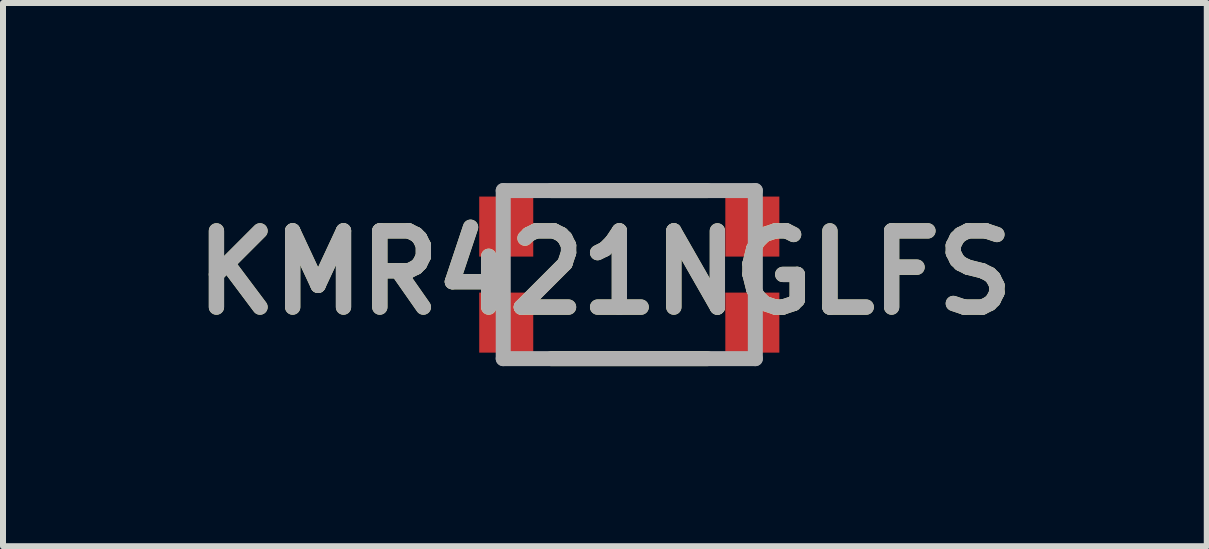
<source format=kicad_pcb>
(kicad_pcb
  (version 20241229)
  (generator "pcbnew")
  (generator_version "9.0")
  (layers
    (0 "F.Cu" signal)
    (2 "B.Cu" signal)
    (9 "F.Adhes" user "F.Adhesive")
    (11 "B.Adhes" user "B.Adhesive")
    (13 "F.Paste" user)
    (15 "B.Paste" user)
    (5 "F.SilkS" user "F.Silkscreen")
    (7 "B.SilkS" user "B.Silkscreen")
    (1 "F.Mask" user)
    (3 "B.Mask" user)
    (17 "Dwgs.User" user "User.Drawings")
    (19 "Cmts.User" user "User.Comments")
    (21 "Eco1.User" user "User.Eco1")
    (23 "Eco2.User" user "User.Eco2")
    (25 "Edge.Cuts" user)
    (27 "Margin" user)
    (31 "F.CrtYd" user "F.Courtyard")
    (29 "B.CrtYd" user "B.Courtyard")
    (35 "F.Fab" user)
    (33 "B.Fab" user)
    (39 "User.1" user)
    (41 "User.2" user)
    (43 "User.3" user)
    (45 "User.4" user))
  (footprint "KMR421NGLFS"
    (layer "F.Cu")
    (at 7.434 1.525)
    (property "Reference" "KMR421NGLFS" (at -0.407 -0.033 0) (layer "F.SilkS") (effects (font (size 1.27 1.27) (thickness 0.254))))
    (attr smd)
    (fp_line (start -1.3 -1.4) (end 1.3 -1.4) (stroke (width 0.25) (type solid)) (layer "F.SilkS"))
    (fp_line (start -1.3 1.4) (end 1.3 1.4) (stroke (width 0.25) (type solid)) (layer "F.SilkS"))
    (fp_line (start -2.1 -1.4) (end 2.1 -1.4) (stroke (width 0.25) (type solid)) (layer "F.Fab"))
    (fp_line (start -2.1 1.4) (end -2.1 -1.4) (stroke (width 0.25) (type solid)) (layer "F.Fab"))
    (fp_line (start 2.1 -1.4) (end 2.1 1.4) (stroke (width 0.25) (type solid)) (layer "F.Fab"))
    (fp_line (start 2.1 1.4) (end -2.1 1.4) (stroke (width 0.25) (type solid)) (layer "F.Fab"))
    (fp_text user "${REFERENCE}" (at -0.407 -0.033 0) (layer "F.Fab") (effects (font (size 1.27 1.27) (thickness 0.254))))
    (pad "1" smd rect (at -2.05 0.8) (size 0.9 1) (layers "F.Cu" "F.Mask" "F.Paste"))
    (pad "2" smd rect (at -2.05 -0.8) (size 0.9 1) (layers "F.Cu" "F.Mask" "F.Paste"))
    (pad "3" smd rect (at 2.05 0.8) (size 0.9 1) (layers "F.Cu" "F.Mask" "F.Paste"))
    (pad "4" smd rect (at 2.05 -0.8) (size 0.9 1) (layers "F.Cu" "F.Mask" "F.Paste")))
  (gr_rect
    (start -3 -3)
    (end 17.055 6.05)
    (stroke (width 0.1) (type default))
    (fill no)
    (layer "Edge.Cuts")))
</source>
